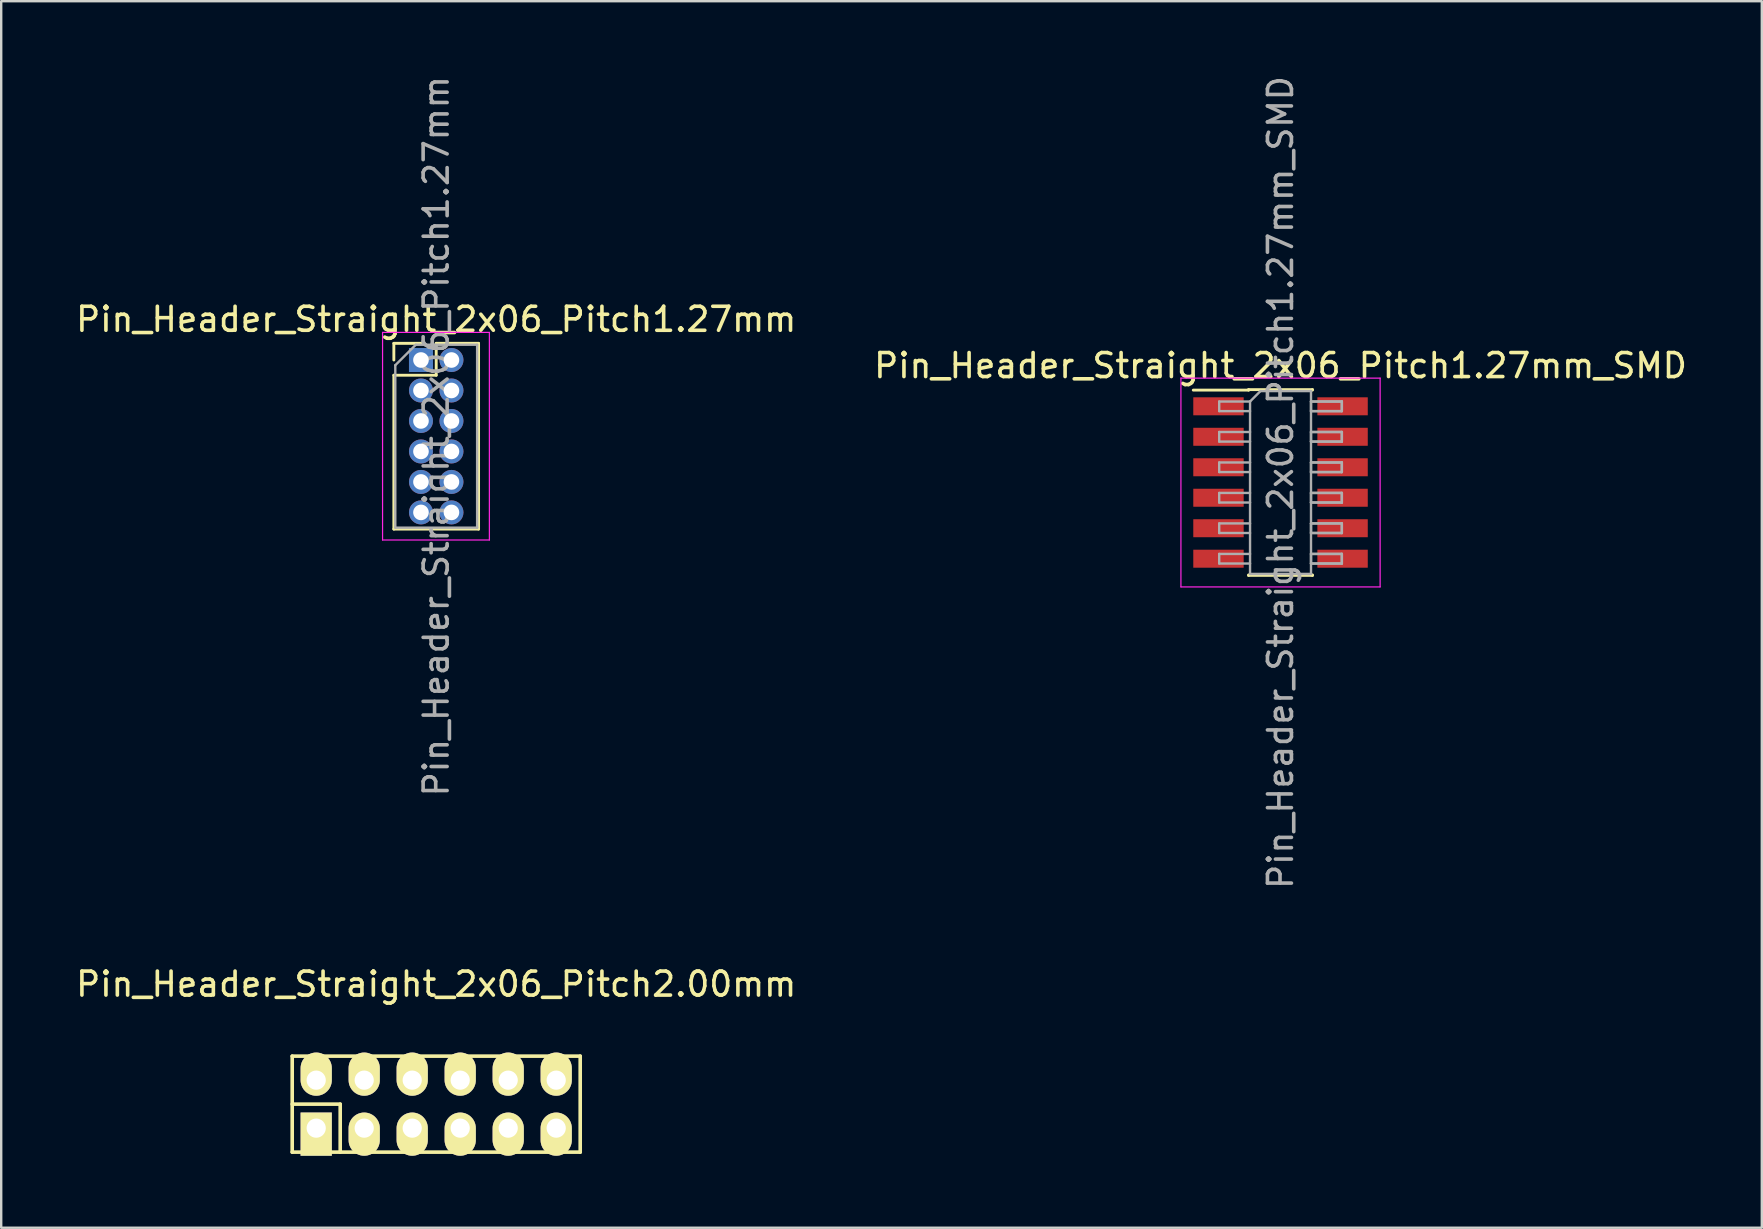
<source format=kicad_pcb>
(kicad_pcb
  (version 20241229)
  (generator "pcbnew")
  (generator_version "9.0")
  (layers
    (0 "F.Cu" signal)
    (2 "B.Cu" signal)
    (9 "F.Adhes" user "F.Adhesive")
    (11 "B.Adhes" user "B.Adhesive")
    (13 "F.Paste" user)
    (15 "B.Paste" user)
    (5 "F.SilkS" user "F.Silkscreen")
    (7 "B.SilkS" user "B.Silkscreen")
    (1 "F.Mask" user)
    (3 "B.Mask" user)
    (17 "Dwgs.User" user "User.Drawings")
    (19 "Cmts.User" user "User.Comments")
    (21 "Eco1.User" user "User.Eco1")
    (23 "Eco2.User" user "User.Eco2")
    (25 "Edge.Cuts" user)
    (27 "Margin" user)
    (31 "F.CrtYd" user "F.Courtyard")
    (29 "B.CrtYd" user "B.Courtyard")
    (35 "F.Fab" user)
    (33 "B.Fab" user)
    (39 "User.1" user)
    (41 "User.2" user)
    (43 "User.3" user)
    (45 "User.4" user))
  (footprint "Pin_Header_Straight_2x06_Pitch2.00mm"
    (layer "F.Cu")
    (at 15.125 42.955)
    (property "Reference" "Pin_Header_Straight_2x06_Pitch2.00mm" (at 0 -5 0) (layer "F.SilkS") (effects (font (size 1 1) (thickness 0.15))))
    (attr through_hole)
    (fp_line (start -6 -2) (end 6 -2) (stroke (width 0.15) (type solid)) (layer "F.SilkS"))
    (fp_line (start -6 0) (end -4 0) (stroke (width 0.15) (type solid)) (layer "F.SilkS"))
    (fp_line (start -6 2) (end -6 -2) (stroke (width 0.15) (type solid)) (layer "F.SilkS"))
    (fp_line (start -4 0) (end -4 2) (stroke (width 0.15) (type solid)) (layer "F.SilkS"))
    (fp_line (start 6 -2) (end 6 2) (stroke (width 0.15) (type solid)) (layer "F.SilkS"))
    (fp_line (start 6 2) (end -6 2) (stroke (width 0.15) (type solid)) (layer "F.SilkS"))
    (pad "1" thru_hole rect (at -5 1) (size 1.3 1.8) (drill 0.8 (offset 0 0.25)) (layers "*.Cu" "*.Mask" "F.SilkS"))
    (pad "2" thru_hole oval (at -5 -1) (size 1.3 1.8) (drill 0.8 (offset 0 -0.25)) (layers "*.Cu" "*.Mask" "F.SilkS"))
    (pad "3" thru_hole oval (at -3 1) (size 1.3 1.8) (drill 0.8 (offset 0 0.25)) (layers "*.Cu" "*.Mask" "F.SilkS"))
    (pad "4" thru_hole oval (at -3 -1) (size 1.3 1.8) (drill 0.8 (offset 0 -0.25)) (layers "*.Cu" "*.Mask" "F.SilkS"))
    (pad "5" thru_hole oval (at -1 1) (size 1.3 1.8) (drill 0.8 (offset 0 0.25)) (layers "*.Cu" "*.Mask" "F.SilkS"))
    (pad "6" thru_hole oval (at -1 -1) (size 1.3 1.8) (drill 0.8 (offset 0 -0.25)) (layers "*.Cu" "*.Mask" "F.SilkS"))
    (pad "7" thru_hole oval (at 1 1) (size 1.3 1.8) (drill 0.8 (offset 0 0.25)) (layers "*.Cu" "*.Mask" "F.SilkS"))
    (pad "8" thru_hole oval (at 1 -1) (size 1.3 1.8) (drill 0.8 (offset 0 -0.25)) (layers "*.Cu" "*.Mask" "F.SilkS"))
    (pad "9" thru_hole oval (at 3 1) (size 1.3 1.8) (drill 0.8 (offset 0 0.25)) (layers "*.Cu" "*.Mask" "F.SilkS"))
    (pad "10" thru_hole oval (at 3 -1) (size 1.3 1.8) (drill 0.8 (offset 0 -0.25)) (layers "*.Cu" "*.Mask" "F.SilkS"))
    (pad "11" thru_hole oval (at 5 1) (size 1.3 1.8) (drill 0.8 (offset 0 0.25)) (layers "*.Cu" "*.Mask" "F.SilkS"))
    (pad "12" thru_hole oval (at 5 -1) (size 1.3 1.8) (drill 0.8 (offset 0 -0.25)) (layers "*.Cu" "*.Mask" "F.SilkS")))
  (footprint "Pin_Header_Straight_2x06_Pitch1.27mm"
    (layer "F.Cu")
    (at 14.49 11.95)
    (property "Reference" "Pin_Header_Straight_2x06_Pitch1.27mm" (at 0.635 -1.695 0) (layer "F.SilkS") (effects (font (size 1 1) (thickness 0.15))))
    (attr through_hole)
    (fp_line (start -1.13 -0.695) (end 0 -0.695) (stroke (width 0.12) (type solid)) (layer "F.SilkS"))
    (fp_line (start -1.13 0) (end -1.13 -0.695) (stroke (width 0.12) (type solid)) (layer "F.SilkS"))
    (fp_line (start -1.13 0.635) (end -1.13 7.045) (stroke (width 0.12) (type solid)) (layer "F.SilkS"))
    (fp_line (start -1.13 7.045) (end 2.4 7.045) (stroke (width 0.12) (type solid)) (layer "F.SilkS"))
    (fp_line (start 0.635 -0.695) (end 0.635 0.635) (stroke (width 0.12) (type solid)) (layer "F.SilkS"))
    (fp_line (start 0.635 0.635) (end -1.13 0.635) (stroke (width 0.12) (type solid)) (layer "F.SilkS"))
    (fp_line (start 2.4 -0.695) (end 0.635 -0.695) (stroke (width 0.12) (type solid)) (layer "F.SilkS"))
    (fp_line (start 2.4 7.045) (end 2.4 -0.695) (stroke (width 0.12) (type solid)) (layer "F.SilkS"))
    (fp_line (start -1.6 -1.15) (end -1.6 7.5) (stroke (width 0.05) (type solid)) (layer "F.CrtYd"))
    (fp_line (start -1.6 7.5) (end 2.85 7.5) (stroke (width 0.05) (type solid)) (layer "F.CrtYd"))
    (fp_line (start 2.85 -1.15) (end -1.6 -1.15) (stroke (width 0.05) (type solid)) (layer "F.CrtYd"))
    (fp_line (start 2.85 7.5) (end 2.85 -1.15) (stroke (width 0.05) (type solid)) (layer "F.CrtYd"))
    (fp_line (start -1.07 0.217) (end -0.217 -0.635) (stroke (width 0.1) (type solid)) (layer "F.Fab"))
    (fp_line (start -1.07 6.985) (end -1.07 0.217) (stroke (width 0.1) (type solid)) (layer "F.Fab"))
    (fp_line (start -0.217 -0.635) (end 2.34 -0.635) (stroke (width 0.1) (type solid)) (layer "F.Fab"))
    (fp_line (start 2.34 -0.635) (end 2.34 6.985) (stroke (width 0.1) (type solid)) (layer "F.Fab"))
    (fp_line (start 2.34 6.985) (end -1.07 6.985) (stroke (width 0.1) (type solid)) (layer "F.Fab"))
    (fp_text user "${REFERENCE}" (at 0.635 3.175 90) (layer "F.Fab") (effects (font (size 1 1) (thickness 0.15))))
    (pad "1" thru_hole rect (at 0 0) (size 1 1) (drill 0.65) (layers "*.Cu" "*.Mask"))
    (pad "2" thru_hole oval (at 1.27 0) (size 1 1) (drill 0.65) (layers "*.Cu" "*.Mask"))
    (pad "3" thru_hole oval (at 0 1.27) (size 1 1) (drill 0.65) (layers "*.Cu" "*.Mask"))
    (pad "4" thru_hole oval (at 1.27 1.27) (size 1 1) (drill 0.65) (layers "*.Cu" "*.Mask"))
    (pad "5" thru_hole oval (at 0 2.54) (size 1 1) (drill 0.65) (layers "*.Cu" "*.Mask"))
    (pad "6" thru_hole oval (at 1.27 2.54) (size 1 1) (drill 0.65) (layers "*.Cu" "*.Mask"))
    (pad "7" thru_hole oval (at 0 3.81) (size 1 1) (drill 0.65) (layers "*.Cu" "*.Mask"))
    (pad "8" thru_hole oval (at 1.27 3.81) (size 1 1) (drill 0.65) (layers "*.Cu" "*.Mask"))
    (pad "9" thru_hole oval (at 0 5.08) (size 1 1) (drill 0.65) (layers "*.Cu" "*.Mask"))
    (pad "10" thru_hole oval (at 1.27 5.08) (size 1 1) (drill 0.65) (layers "*.Cu" "*.Mask"))
    (pad "11" thru_hole oval (at 0 6.35) (size 1 1) (drill 0.65) (layers "*.Cu" "*.Mask"))
    (pad "12" thru_hole oval (at 1.27 6.35) (size 1 1) (drill 0.65) (layers "*.Cu" "*.Mask")))
  (footprint "Pin_Header_Straight_2x06_Pitch1.27mm_SMD"
    (layer "F.Cu")
    (at 50.304 17.054)
    (property "Reference" "Pin_Header_Straight_2x06_Pitch1.27mm_SMD" (at 0 -4.87 0) (layer "F.SilkS") (effects (font (size 1 1) (thickness 0.15))))
    (attr smd)
    (fp_line (start -3.635 -3.85) (end -1.33 -3.85) (stroke (width 0.12) (type solid)) (layer "F.SilkS"))
    (fp_line (start -1.33 -3.87) (end 1.33 -3.87) (stroke (width 0.12) (type solid)) (layer "F.SilkS"))
    (fp_line (start -1.33 -3.85) (end -1.33 -3.87) (stroke (width 0.12) (type solid)) (layer "F.SilkS"))
    (fp_line (start -1.33 3.85) (end -1.33 3.87) (stroke (width 0.12) (type solid)) (layer "F.SilkS"))
    (fp_line (start -1.33 3.87) (end 1.33 3.87) (stroke (width 0.12) (type solid)) (layer "F.SilkS"))
    (fp_line (start 1.33 -3.87) (end 1.33 -3.85) (stroke (width 0.12) (type solid)) (layer "F.SilkS"))
    (fp_line (start 1.33 3.87) (end 1.33 3.85) (stroke (width 0.12) (type solid)) (layer "F.SilkS"))
    (fp_line (start -4.15 -4.35) (end -4.15 4.35) (stroke (width 0.05) (type solid)) (layer "F.CrtYd"))
    (fp_line (start -4.15 4.35) (end 4.15 4.35) (stroke (width 0.05) (type solid)) (layer "F.CrtYd"))
    (fp_line (start 4.15 -4.35) (end -4.15 -4.35) (stroke (width 0.05) (type solid)) (layer "F.CrtYd"))
    (fp_line (start 4.15 4.35) (end 4.15 -4.35) (stroke (width 0.05) (type solid)) (layer "F.CrtYd"))
    (fp_line (start -2.555 -3.375) (end -2.555 -2.975) (stroke (width 0.1) (type solid)) (layer "F.Fab"))
    (fp_line (start -2.555 -2.975) (end -1.27 -2.975) (stroke (width 0.1) (type solid)) (layer "F.Fab"))
    (fp_line (start -2.555 -2.105) (end -2.555 -1.705) (stroke (width 0.1) (type solid)) (layer "F.Fab"))
    (fp_line (start -2.555 -1.705) (end -1.27 -1.705) (stroke (width 0.1) (type solid)) (layer "F.Fab"))
    (fp_line (start -2.555 -0.835) (end -2.555 -0.435) (stroke (width 0.1) (type solid)) (layer "F.Fab"))
    (fp_line (start -2.555 -0.435) (end -1.27 -0.435) (stroke (width 0.1) (type solid)) (layer "F.Fab"))
    (fp_line (start -2.555 0.435) (end -2.555 0.835) (stroke (width 0.1) (type solid)) (layer "F.Fab"))
    (fp_line (start -2.555 0.835) (end -1.27 0.835) (stroke (width 0.1) (type solid)) (layer "F.Fab"))
    (fp_line (start -2.555 1.705) (end -2.555 2.105) (stroke (width 0.1) (type solid)) (layer "F.Fab"))
    (fp_line (start -2.555 2.105) (end -1.27 2.105) (stroke (width 0.1) (type solid)) (layer "F.Fab"))
    (fp_line (start -2.555 2.975) (end -2.555 3.375) (stroke (width 0.1) (type solid)) (layer "F.Fab"))
    (fp_line (start -2.555 3.375) (end -1.27 3.375) (stroke (width 0.1) (type solid)) (layer "F.Fab"))
    (fp_line (start -1.27 -3.375) (end -2.555 -3.375) (stroke (width 0.1) (type solid)) (layer "F.Fab"))
    (fp_line (start -1.27 -3.375) (end -0.835 -3.81) (stroke (width 0.1) (type solid)) (layer "F.Fab"))
    (fp_line (start -1.27 -2.105) (end -2.555 -2.105) (stroke (width 0.1) (type solid)) (layer "F.Fab"))
    (fp_line (start -1.27 -0.835) (end -2.555 -0.835) (stroke (width 0.1) (type solid)) (layer "F.Fab"))
    (fp_line (start -1.27 0.435) (end -2.555 0.435) (stroke (width 0.1) (type solid)) (layer "F.Fab"))
    (fp_line (start -1.27 1.705) (end -2.555 1.705) (stroke (width 0.1) (type solid)) (layer "F.Fab"))
    (fp_line (start -1.27 2.975) (end -2.555 2.975) (stroke (width 0.1) (type solid)) (layer "F.Fab"))
    (fp_line (start -1.27 3.81) (end -1.27 -3.375) (stroke (width 0.1) (type solid)) (layer "F.Fab"))
    (fp_line (start -0.835 -3.81) (end 1.27 -3.81) (stroke (width 0.1) (type solid)) (layer "F.Fab"))
    (fp_line (start 1.27 -3.81) (end 1.27 3.81) (stroke (width 0.1) (type solid)) (layer "F.Fab"))
    (fp_line (start 1.27 -3.375) (end 1.27 -2.975) (stroke (width 0.1) (type solid)) (layer "F.Fab"))
    (fp_line (start 1.27 -3.375) (end 2.555 -3.375) (stroke (width 0.1) (type solid)) (layer "F.Fab"))
    (fp_line (start 1.27 -2.975) (end 2.555 -2.975) (stroke (width 0.1) (type solid)) (layer "F.Fab"))
    (fp_line (start 1.27 -2.105) (end 1.27 -1.705) (stroke (width 0.1) (type solid)) (layer "F.Fab"))
    (fp_line (start 1.27 -2.105) (end 2.555 -2.105) (stroke (width 0.1) (type solid)) (layer "F.Fab"))
    (fp_line (start 1.27 -1.705) (end 2.555 -1.705) (stroke (width 0.1) (type solid)) (layer "F.Fab"))
    (fp_line (start 1.27 -0.835) (end 1.27 -0.435) (stroke (width 0.1) (type solid)) (layer "F.Fab"))
    (fp_line (start 1.27 -0.835) (end 2.555 -0.835) (stroke (width 0.1) (type solid)) (layer "F.Fab"))
    (fp_line (start 1.27 -0.435) (end 2.555 -0.435) (stroke (width 0.1) (type solid)) (layer "F.Fab"))
    (fp_line (start 1.27 0.435) (end 1.27 0.835) (stroke (width 0.1) (type solid)) (layer "F.Fab"))
    (fp_line (start 1.27 0.435) (end 2.555 0.435) (stroke (width 0.1) (type solid)) (layer "F.Fab"))
    (fp_line (start 1.27 0.835) (end 2.555 0.835) (stroke (width 0.1) (type solid)) (layer "F.Fab"))
    (fp_line (start 1.27 1.705) (end 1.27 2.105) (stroke (width 0.1) (type solid)) (layer "F.Fab"))
    (fp_line (start 1.27 1.705) (end 2.555 1.705) (stroke (width 0.1) (type solid)) (layer "F.Fab"))
    (fp_line (start 1.27 2.105) (end 2.555 2.105) (stroke (width 0.1) (type solid)) (layer "F.Fab"))
    (fp_line (start 1.27 2.975) (end 1.27 3.375) (stroke (width 0.1) (type solid)) (layer "F.Fab"))
    (fp_line (start 1.27 2.975) (end 2.555 2.975) (stroke (width 0.1) (type solid)) (layer "F.Fab"))
    (fp_line (start 1.27 3.375) (end 2.555 3.375) (stroke (width 0.1) (type solid)) (layer "F.Fab"))
    (fp_line (start 1.27 3.81) (end -1.27 3.81) (stroke (width 0.1) (type solid)) (layer "F.Fab"))
    (fp_line (start 2.555 -3.375) (end 1.27 -3.375) (stroke (width 0.1) (type solid)) (layer "F.Fab"))
    (fp_line (start 2.555 -3.375) (end 2.555 -2.975) (stroke (width 0.1) (type solid)) (layer "F.Fab"))
    (fp_line (start 2.555 -2.975) (end 1.27 -2.975) (stroke (width 0.1) (type solid)) (layer "F.Fab"))
    (fp_line (start 2.555 -2.975) (end 2.555 -3.375) (stroke (width 0.1) (type solid)) (layer "F.Fab"))
    (fp_line (start 2.555 -2.105) (end 1.27 -2.105) (stroke (width 0.1) (type solid)) (layer "F.Fab"))
    (fp_line (start 2.555 -2.105) (end 2.555 -1.705) (stroke (width 0.1) (type solid)) (layer "F.Fab"))
    (fp_line (start 2.555 -1.705) (end 1.27 -1.705) (stroke (width 0.1) (type solid)) (layer "F.Fab"))
    (fp_line (start 2.555 -1.705) (end 2.555 -2.105) (stroke (width 0.1) (type solid)) (layer "F.Fab"))
    (fp_line (start 2.555 -0.835) (end 1.27 -0.835) (stroke (width 0.1) (type solid)) (layer "F.Fab"))
    (fp_line (start 2.555 -0.835) (end 2.555 -0.435) (stroke (width 0.1) (type solid)) (layer "F.Fab"))
    (fp_line (start 2.555 -0.435) (end 1.27 -0.435) (stroke (width 0.1) (type solid)) (layer "F.Fab"))
    (fp_line (start 2.555 -0.435) (end 2.555 -0.835) (stroke (width 0.1) (type solid)) (layer "F.Fab"))
    (fp_line (start 2.555 0.435) (end 1.27 0.435) (stroke (width 0.1) (type solid)) (layer "F.Fab"))
    (fp_line (start 2.555 0.435) (end 2.555 0.835) (stroke (width 0.1) (type solid)) (layer "F.Fab"))
    (fp_line (start 2.555 0.835) (end 1.27 0.835) (stroke (width 0.1) (type solid)) (layer "F.Fab"))
    (fp_line (start 2.555 0.835) (end 2.555 0.435) (stroke (width 0.1) (type solid)) (layer "F.Fab"))
    (fp_line (start 2.555 1.705) (end 1.27 1.705) (stroke (width 0.1) (type solid)) (layer "F.Fab"))
    (fp_line (start 2.555 1.705) (end 2.555 2.105) (stroke (width 0.1) (type solid)) (layer "F.Fab"))
    (fp_line (start 2.555 2.105) (end 1.27 2.105) (stroke (width 0.1) (type solid)) (layer "F.Fab"))
    (fp_line (start 2.555 2.105) (end 2.555 1.705) (stroke (width 0.1) (type solid)) (layer "F.Fab"))
    (fp_line (start 2.555 2.975) (end 1.27 2.975) (stroke (width 0.1) (type solid)) (layer "F.Fab"))
    (fp_line (start 2.555 2.975) (end 2.555 3.375) (stroke (width 0.1) (type solid)) (layer "F.Fab"))
    (fp_line (start 2.555 3.375) (end 1.27 3.375) (stroke (width 0.1) (type solid)) (layer "F.Fab"))
    (fp_line (start 2.555 3.375) (end 2.555 2.975) (stroke (width 0.1) (type solid)) (layer "F.Fab"))
    (fp_text user "${REFERENCE}" (at 0 0 90) (layer "F.Fab") (effects (font (size 1 1) (thickness 0.15))))
    (pad "1" smd rect (at -2.585 -3.175) (size 2.1 0.75) (layers "F.Cu" "F.Mask"))
    (pad "2" smd rect (at 2.585 -3.175) (size 2.1 0.75) (layers "F.Cu" "F.Mask"))
    (pad "3" smd rect (at -2.585 -1.905) (size 2.1 0.75) (layers "F.Cu" "F.Mask"))
    (pad "4" smd rect (at 2.585 -1.905) (size 2.1 0.75) (layers "F.Cu" "F.Mask"))
    (pad "5" smd rect (at -2.585 -0.635) (size 2.1 0.75) (layers "F.Cu" "F.Mask"))
    (pad "6" smd rect (at 2.585 -0.635) (size 2.1 0.75) (layers "F.Cu" "F.Mask"))
    (pad "7" smd rect (at -2.585 0.635) (size 2.1 0.75) (layers "F.Cu" "F.Mask"))
    (pad "8" smd rect (at 2.585 0.635) (size 2.1 0.75) (layers "F.Cu" "F.Mask"))
    (pad "9" smd rect (at -2.585 1.905) (size 2.1 0.75) (layers "F.Cu" "F.Mask"))
    (pad "10" smd rect (at 2.585 1.905) (size 2.1 0.75) (layers "F.Cu" "F.Mask"))
    (pad "11" smd rect (at -2.585 3.175) (size 2.1 0.75) (layers "F.Cu" "F.Mask"))
    (pad "12" smd rect (at 2.585 3.175) (size 2.1 0.75) (layers "F.Cu" "F.Mask")))
  (gr_rect
    (start -3 -3)
    (end 70.357 48.105)
    (stroke (width 0.1) (type default))
    (fill no)
    (layer "Edge.Cuts")))
</source>
